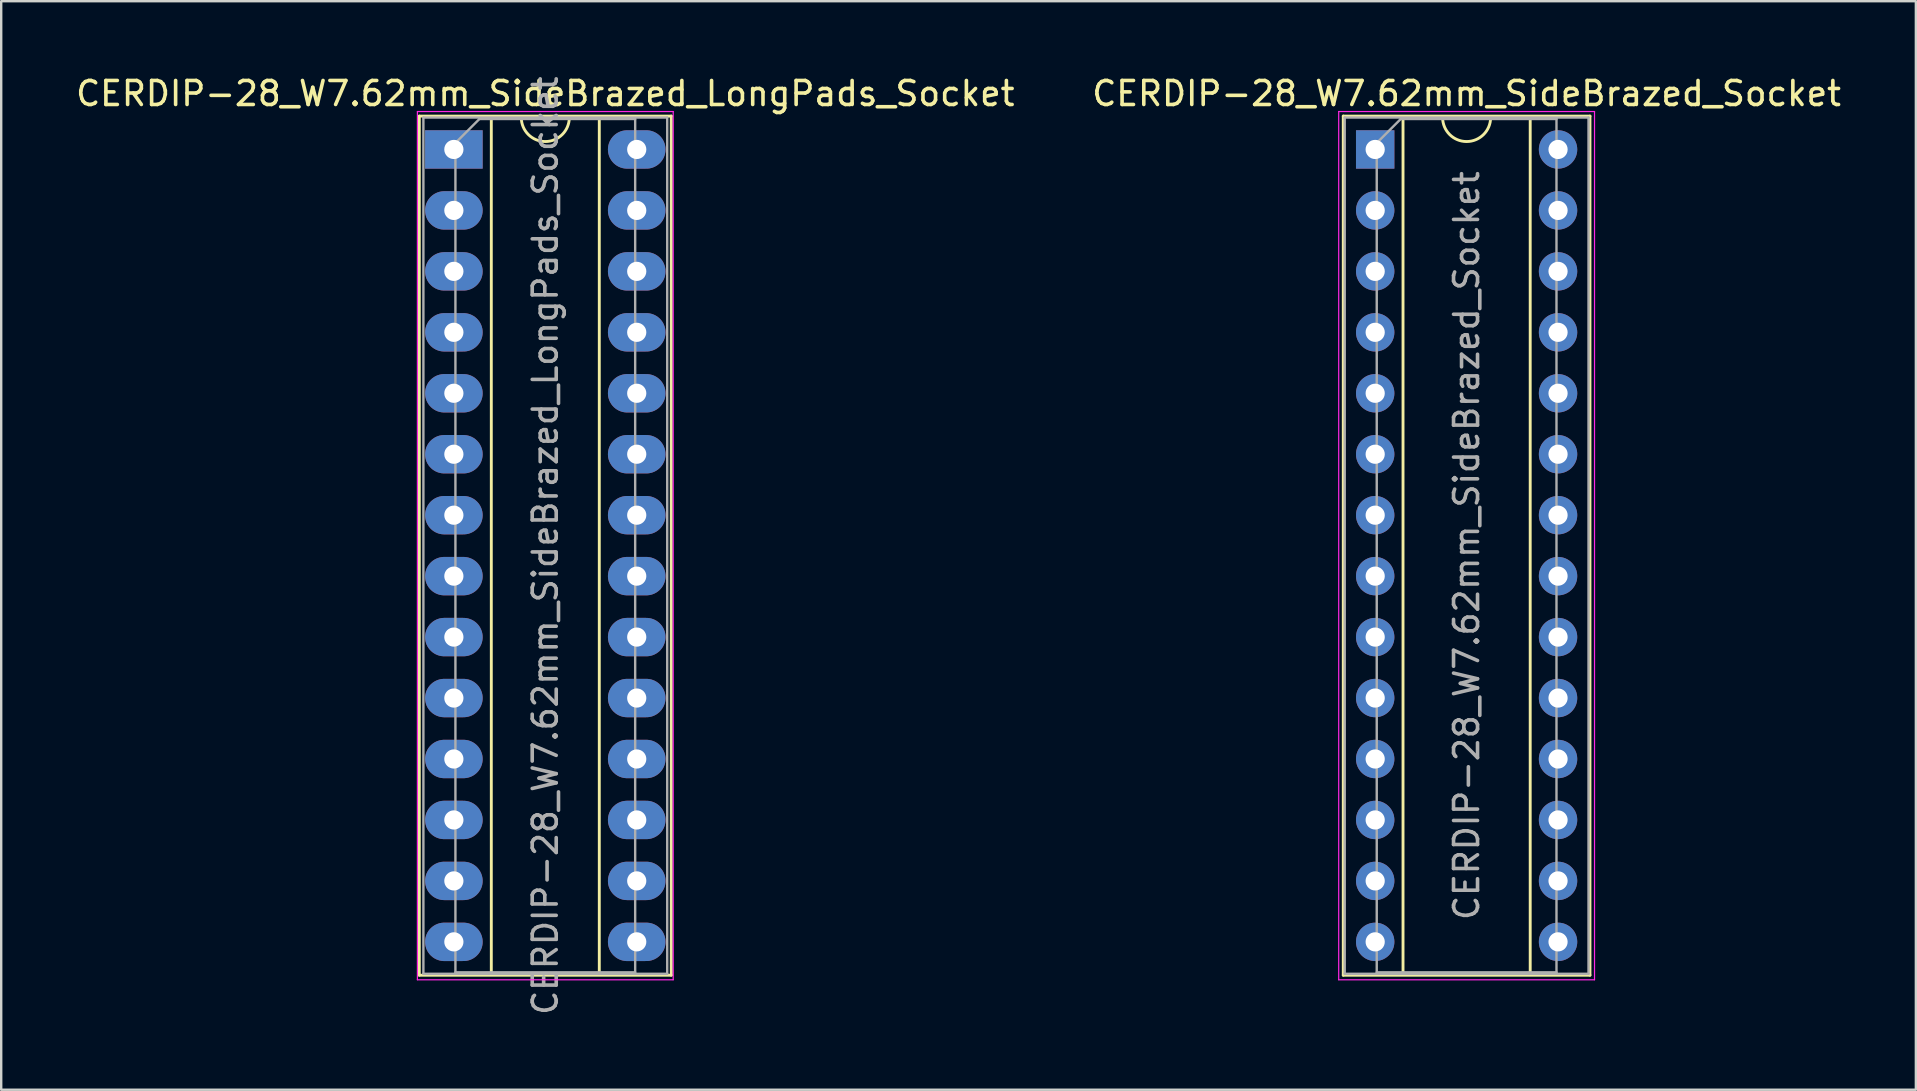
<source format=kicad_pcb>
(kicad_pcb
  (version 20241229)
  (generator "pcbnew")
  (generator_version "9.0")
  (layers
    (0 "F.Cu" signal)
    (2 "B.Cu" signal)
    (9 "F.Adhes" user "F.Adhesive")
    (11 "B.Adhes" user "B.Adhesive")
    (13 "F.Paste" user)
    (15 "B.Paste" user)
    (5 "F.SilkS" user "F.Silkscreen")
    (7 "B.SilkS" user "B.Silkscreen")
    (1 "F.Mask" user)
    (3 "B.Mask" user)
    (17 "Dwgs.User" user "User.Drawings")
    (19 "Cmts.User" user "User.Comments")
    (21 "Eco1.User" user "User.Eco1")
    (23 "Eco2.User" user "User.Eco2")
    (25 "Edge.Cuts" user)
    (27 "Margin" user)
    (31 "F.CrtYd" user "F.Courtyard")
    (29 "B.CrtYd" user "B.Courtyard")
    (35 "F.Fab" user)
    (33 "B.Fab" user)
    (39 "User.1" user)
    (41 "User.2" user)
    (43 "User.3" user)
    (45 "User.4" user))
  (footprint "CERDIP-28_W7.62mm_SideBrazed_Socket"
    (layer "F.Cu")
    (at 54.255 3.178)
    (property "Reference" "CERDIP-28_W7.62mm_SideBrazed_Socket" (at 3.81 -2.33 0) (layer "F.SilkS") (effects (font (size 1 1) (thickness 0.15))))
    (attr through_hole)
    (fp_line (start -1.33 -1.39) (end -1.33 34.41) (stroke (width 0.12) (type solid)) (layer "F.SilkS"))
    (fp_line (start -1.33 34.41) (end 8.95 34.41) (stroke (width 0.12) (type solid)) (layer "F.SilkS"))
    (fp_line (start 1.16 -1.33) (end 1.16 34.35) (stroke (width 0.12) (type solid)) (layer "F.SilkS"))
    (fp_line (start 1.16 34.35) (end 6.46 34.35) (stroke (width 0.12) (type solid)) (layer "F.SilkS"))
    (fp_line (start 2.81 -1.33) (end 1.16 -1.33) (stroke (width 0.12) (type solid)) (layer "F.SilkS"))
    (fp_line (start 6.46 -1.33) (end 4.81 -1.33) (stroke (width 0.12) (type solid)) (layer "F.SilkS"))
    (fp_line (start 6.46 34.35) (end 6.46 -1.33) (stroke (width 0.12) (type solid)) (layer "F.SilkS"))
    (fp_line (start 8.95 -1.39) (end -1.33 -1.39) (stroke (width 0.12) (type solid)) (layer "F.SilkS"))
    (fp_line (start 8.95 34.41) (end 8.95 -1.39) (stroke (width 0.12) (type solid)) (layer "F.SilkS"))
    (fp_arc (start 4.81 -1.33) (mid 3.81 -0.33) (end 2.81 -1.33) (stroke (width 0.12) (type solid)) (layer "F.SilkS"))
    (fp_line (start -1.52 -1.58) (end -1.52 34.6) (stroke (width 0.05) (type solid)) (layer "F.CrtYd"))
    (fp_line (start -1.52 34.6) (end 9.14 34.6) (stroke (width 0.05) (type solid)) (layer "F.CrtYd"))
    (fp_line (start 9.14 -1.58) (end -1.52 -1.58) (stroke (width 0.05) (type solid)) (layer "F.CrtYd"))
    (fp_line (start 9.14 34.6) (end 9.14 -1.58) (stroke (width 0.05) (type solid)) (layer "F.CrtYd"))
    (fp_line (start -1.27 -1.33) (end -1.27 34.35) (stroke (width 0.1) (type solid)) (layer "F.Fab"))
    (fp_line (start -1.27 34.35) (end 8.89 34.35) (stroke (width 0.1) (type solid)) (layer "F.Fab"))
    (fp_line (start 0.065 -0.27) (end 1.065 -1.27) (stroke (width 0.1) (type solid)) (layer "F.Fab"))
    (fp_line (start 0.065 34.29) (end 0.065 -0.27) (stroke (width 0.1) (type solid)) (layer "F.Fab"))
    (fp_line (start 1.065 -1.27) (end 7.555 -1.27) (stroke (width 0.1) (type solid)) (layer "F.Fab"))
    (fp_line (start 7.555 -1.27) (end 7.555 34.29) (stroke (width 0.1) (type solid)) (layer "F.Fab"))
    (fp_line (start 7.555 34.29) (end 0.065 34.29) (stroke (width 0.1) (type solid)) (layer "F.Fab"))
    (fp_line (start 8.89 -1.33) (end -1.27 -1.33) (stroke (width 0.1) (type solid)) (layer "F.Fab"))
    (fp_line (start 8.89 34.35) (end 8.89 -1.33) (stroke (width 0.1) (type solid)) (layer "F.Fab"))
    (fp_text user "${REFERENCE}" (at 3.81 16.51 90) (layer "F.Fab") (effects (font (size 1 1) (thickness 0.15))))
    (pad "1" thru_hole rect (at 0 0) (size 1.6 1.6) (drill 0.8) (layers "*.Cu" "*.Mask"))
    (pad "2" thru_hole circle (at 0 2.54) (size 1.6 1.6) (drill 0.8) (layers "*.Cu" "*.Mask"))
    (pad "3" thru_hole circle (at 0 5.08) (size 1.6 1.6) (drill 0.8) (layers "*.Cu" "*.Mask"))
    (pad "4" thru_hole circle (at 0 7.62) (size 1.6 1.6) (drill 0.8) (layers "*.Cu" "*.Mask"))
    (pad "5" thru_hole circle (at 0 10.16) (size 1.6 1.6) (drill 0.8) (layers "*.Cu" "*.Mask"))
    (pad "6" thru_hole circle (at 0 12.7) (size 1.6 1.6) (drill 0.8) (layers "*.Cu" "*.Mask"))
    (pad "7" thru_hole circle (at 0 15.24) (size 1.6 1.6) (drill 0.8) (layers "*.Cu" "*.Mask"))
    (pad "8" thru_hole circle (at 0 17.78) (size 1.6 1.6) (drill 0.8) (layers "*.Cu" "*.Mask"))
    (pad "9" thru_hole circle (at 0 20.32) (size 1.6 1.6) (drill 0.8) (layers "*.Cu" "*.Mask"))
    (pad "10" thru_hole circle (at 0 22.86) (size 1.6 1.6) (drill 0.8) (layers "*.Cu" "*.Mask"))
    (pad "11" thru_hole circle (at 0 25.4) (size 1.6 1.6) (drill 0.8) (layers "*.Cu" "*.Mask"))
    (pad "12" thru_hole circle (at 0 27.94) (size 1.6 1.6) (drill 0.8) (layers "*.Cu" "*.Mask"))
    (pad "13" thru_hole circle (at 0 30.48) (size 1.6 1.6) (drill 0.8) (layers "*.Cu" "*.Mask"))
    (pad "14" thru_hole circle (at 0 33.02) (size 1.6 1.6) (drill 0.8) (layers "*.Cu" "*.Mask"))
    (pad "15" thru_hole circle (at 7.62 33.02) (size 1.6 1.6) (drill 0.8) (layers "*.Cu" "*.Mask"))
    (pad "16" thru_hole circle (at 7.62 30.48) (size 1.6 1.6) (drill 0.8) (layers "*.Cu" "*.Mask"))
    (pad "17" thru_hole circle (at 7.62 27.94) (size 1.6 1.6) (drill 0.8) (layers "*.Cu" "*.Mask"))
    (pad "18" thru_hole circle (at 7.62 25.4) (size 1.6 1.6) (drill 0.8) (layers "*.Cu" "*.Mask"))
    (pad "19" thru_hole circle (at 7.62 22.86) (size 1.6 1.6) (drill 0.8) (layers "*.Cu" "*.Mask"))
    (pad "20" thru_hole circle (at 7.62 20.32) (size 1.6 1.6) (drill 0.8) (layers "*.Cu" "*.Mask"))
    (pad "21" thru_hole circle (at 7.62 17.78) (size 1.6 1.6) (drill 0.8) (layers "*.Cu" "*.Mask"))
    (pad "22" thru_hole circle (at 7.62 15.24) (size 1.6 1.6) (drill 0.8) (layers "*.Cu" "*.Mask"))
    (pad "23" thru_hole circle (at 7.62 12.7) (size 1.6 1.6) (drill 0.8) (layers "*.Cu" "*.Mask"))
    (pad "24" thru_hole circle (at 7.62 10.16) (size 1.6 1.6) (drill 0.8) (layers "*.Cu" "*.Mask"))
    (pad "25" thru_hole circle (at 7.62 7.62) (size 1.6 1.6) (drill 0.8) (layers "*.Cu" "*.Mask"))
    (pad "26" thru_hole circle (at 7.62 5.08) (size 1.6 1.6) (drill 0.8) (layers "*.Cu" "*.Mask"))
    (pad "27" thru_hole circle (at 7.62 2.54) (size 1.6 1.6) (drill 0.8) (layers "*.Cu" "*.Mask"))
    (pad "28" thru_hole circle (at 7.62 0) (size 1.6 1.6) (drill 0.8) (layers "*.Cu" "*.Mask")))
  (footprint "CERDIP-28_W7.62mm_SideBrazed_LongPads_Socket"
    (layer "F.Cu")
    (at 15.863 3.178)
    (property "Reference" "CERDIP-28_W7.62mm_SideBrazed_LongPads_Socket" (at 3.81 -2.33 0) (layer "F.SilkS") (effects (font (size 1 1) (thickness 0.15))))
    (attr through_hole)
    (fp_line (start -1.44 -1.39) (end -1.44 34.41) (stroke (width 0.12) (type solid)) (layer "F.SilkS"))
    (fp_line (start -1.44 34.41) (end 9.06 34.41) (stroke (width 0.12) (type solid)) (layer "F.SilkS"))
    (fp_line (start 1.56 -1.33) (end 1.56 34.35) (stroke (width 0.12) (type solid)) (layer "F.SilkS"))
    (fp_line (start 1.56 34.35) (end 6.06 34.35) (stroke (width 0.12) (type solid)) (layer "F.SilkS"))
    (fp_line (start 2.81 -1.33) (end 1.56 -1.33) (stroke (width 0.12) (type solid)) (layer "F.SilkS"))
    (fp_line (start 6.06 -1.33) (end 4.81 -1.33) (stroke (width 0.12) (type solid)) (layer "F.SilkS"))
    (fp_line (start 6.06 34.35) (end 6.06 -1.33) (stroke (width 0.12) (type solid)) (layer "F.SilkS"))
    (fp_line (start 9.06 -1.39) (end -1.44 -1.39) (stroke (width 0.12) (type solid)) (layer "F.SilkS"))
    (fp_line (start 9.06 34.41) (end 9.06 -1.39) (stroke (width 0.12) (type solid)) (layer "F.SilkS"))
    (fp_arc (start 4.81 -1.33) (mid 3.81 -0.33) (end 2.81 -1.33) (stroke (width 0.12) (type solid)) (layer "F.SilkS"))
    (fp_line (start -1.52 -1.58) (end -1.52 34.6) (stroke (width 0.05) (type solid)) (layer "F.CrtYd"))
    (fp_line (start -1.52 34.6) (end 9.14 34.6) (stroke (width 0.05) (type solid)) (layer "F.CrtYd"))
    (fp_line (start 9.14 -1.58) (end -1.52 -1.58) (stroke (width 0.05) (type solid)) (layer "F.CrtYd"))
    (fp_line (start 9.14 34.6) (end 9.14 -1.58) (stroke (width 0.05) (type solid)) (layer "F.CrtYd"))
    (fp_line (start -1.27 -1.33) (end -1.27 34.35) (stroke (width 0.1) (type solid)) (layer "F.Fab"))
    (fp_line (start -1.27 34.35) (end 8.89 34.35) (stroke (width 0.1) (type solid)) (layer "F.Fab"))
    (fp_line (start 0.065 -0.27) (end 1.065 -1.27) (stroke (width 0.1) (type solid)) (layer "F.Fab"))
    (fp_line (start 0.065 34.29) (end 0.065 -0.27) (stroke (width 0.1) (type solid)) (layer "F.Fab"))
    (fp_line (start 1.065 -1.27) (end 7.555 -1.27) (stroke (width 0.1) (type solid)) (layer "F.Fab"))
    (fp_line (start 7.555 -1.27) (end 7.555 34.29) (stroke (width 0.1) (type solid)) (layer "F.Fab"))
    (fp_line (start 7.555 34.29) (end 0.065 34.29) (stroke (width 0.1) (type solid)) (layer "F.Fab"))
    (fp_line (start 8.89 -1.33) (end -1.27 -1.33) (stroke (width 0.1) (type solid)) (layer "F.Fab"))
    (fp_line (start 8.89 34.35) (end 8.89 -1.33) (stroke (width 0.1) (type solid)) (layer "F.Fab"))
    (fp_text user "${REFERENCE}" (at 3.81 16.51 90) (layer "F.Fab") (effects (font (size 1 1) (thickness 0.15))))
    (pad "1" thru_hole rect (at 0 0) (size 2.4 1.6) (drill 0.8) (layers "*.Cu" "*.Mask"))
    (pad "2" thru_hole oval (at 0 2.54) (size 2.4 1.6) (drill 0.8) (layers "*.Cu" "*.Mask"))
    (pad "3" thru_hole oval (at 0 5.08) (size 2.4 1.6) (drill 0.8) (layers "*.Cu" "*.Mask"))
    (pad "4" thru_hole oval (at 0 7.62) (size 2.4 1.6) (drill 0.8) (layers "*.Cu" "*.Mask"))
    (pad "5" thru_hole oval (at 0 10.16) (size 2.4 1.6) (drill 0.8) (layers "*.Cu" "*.Mask"))
    (pad "6" thru_hole oval (at 0 12.7) (size 2.4 1.6) (drill 0.8) (layers "*.Cu" "*.Mask"))
    (pad "7" thru_hole oval (at 0 15.24) (size 2.4 1.6) (drill 0.8) (layers "*.Cu" "*.Mask"))
    (pad "8" thru_hole oval (at 0 17.78) (size 2.4 1.6) (drill 0.8) (layers "*.Cu" "*.Mask"))
    (pad "9" thru_hole oval (at 0 20.32) (size 2.4 1.6) (drill 0.8) (layers "*.Cu" "*.Mask"))
    (pad "10" thru_hole oval (at 0 22.86) (size 2.4 1.6) (drill 0.8) (layers "*.Cu" "*.Mask"))
    (pad "11" thru_hole oval (at 0 25.4) (size 2.4 1.6) (drill 0.8) (layers "*.Cu" "*.Mask"))
    (pad "12" thru_hole oval (at 0 27.94) (size 2.4 1.6) (drill 0.8) (layers "*.Cu" "*.Mask"))
    (pad "13" thru_hole oval (at 0 30.48) (size 2.4 1.6) (drill 0.8) (layers "*.Cu" "*.Mask"))
    (pad "14" thru_hole oval (at 0 33.02) (size 2.4 1.6) (drill 0.8) (layers "*.Cu" "*.Mask"))
    (pad "15" thru_hole oval (at 7.62 33.02) (size 2.4 1.6) (drill 0.8) (layers "*.Cu" "*.Mask"))
    (pad "16" thru_hole oval (at 7.62 30.48) (size 2.4 1.6) (drill 0.8) (layers "*.Cu" "*.Mask"))
    (pad "17" thru_hole oval (at 7.62 27.94) (size 2.4 1.6) (drill 0.8) (layers "*.Cu" "*.Mask"))
    (pad "18" thru_hole oval (at 7.62 25.4) (size 2.4 1.6) (drill 0.8) (layers "*.Cu" "*.Mask"))
    (pad "19" thru_hole oval (at 7.62 22.86) (size 2.4 1.6) (drill 0.8) (layers "*.Cu" "*.Mask"))
    (pad "20" thru_hole oval (at 7.62 20.32) (size 2.4 1.6) (drill 0.8) (layers "*.Cu" "*.Mask"))
    (pad "21" thru_hole oval (at 7.62 17.78) (size 2.4 1.6) (drill 0.8) (layers "*.Cu" "*.Mask"))
    (pad "22" thru_hole oval (at 7.62 15.24) (size 2.4 1.6) (drill 0.8) (layers "*.Cu" "*.Mask"))
    (pad "23" thru_hole oval (at 7.62 12.7) (size 2.4 1.6) (drill 0.8) (layers "*.Cu" "*.Mask"))
    (pad "24" thru_hole oval (at 7.62 10.16) (size 2.4 1.6) (drill 0.8) (layers "*.Cu" "*.Mask"))
    (pad "25" thru_hole oval (at 7.62 7.62) (size 2.4 1.6) (drill 0.8) (layers "*.Cu" "*.Mask"))
    (pad "26" thru_hole oval (at 7.62 5.08) (size 2.4 1.6) (drill 0.8) (layers "*.Cu" "*.Mask"))
    (pad "27" thru_hole oval (at 7.62 2.54) (size 2.4 1.6) (drill 0.8) (layers "*.Cu" "*.Mask"))
    (pad "28" thru_hole oval (at 7.62 0) (size 2.4 1.6) (drill 0.8) (layers "*.Cu" "*.Mask")))
  (gr_rect
    (start -3 -3)
    (end 76.786 42.361)
    (stroke (width 0.1) (type default))
    (fill no)
    (layer "Edge.Cuts")))
</source>
